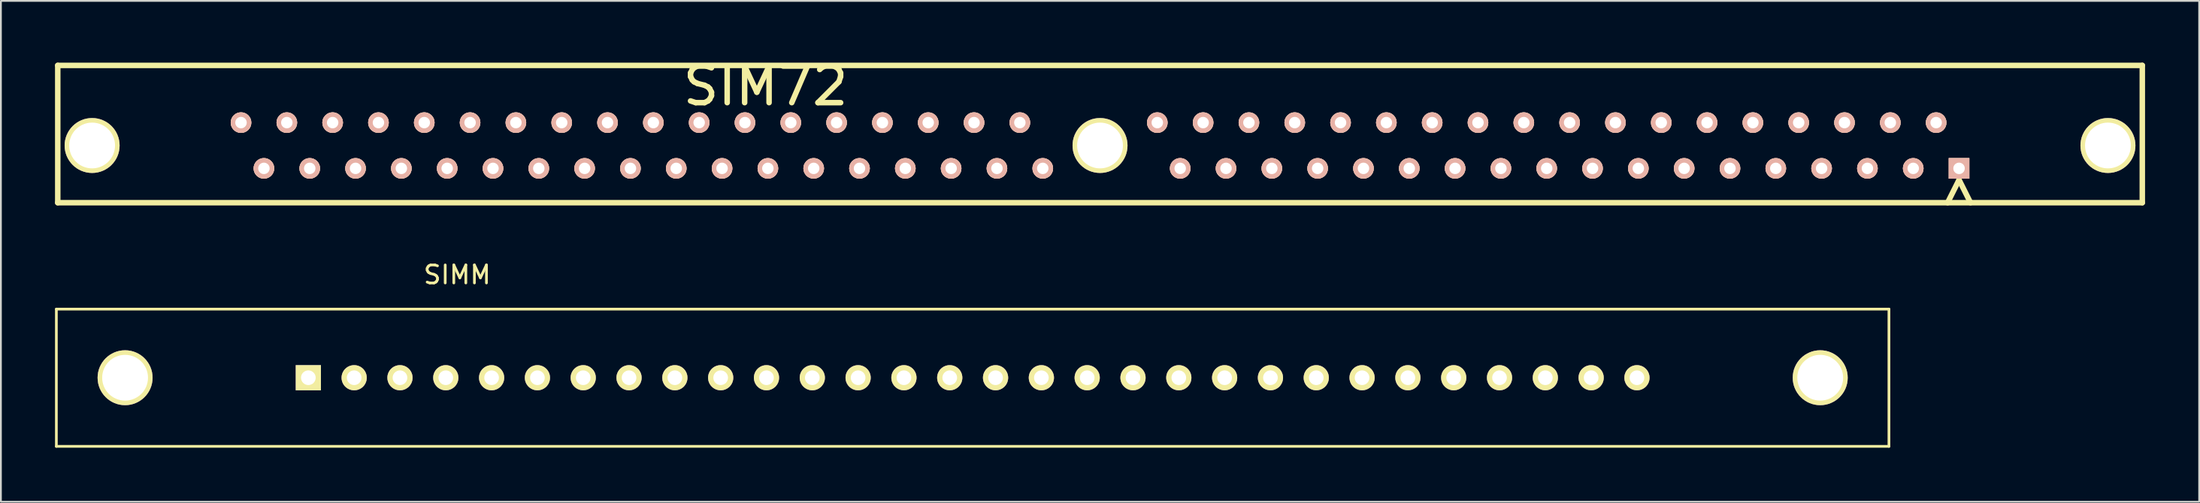
<source format=kicad_pcb>
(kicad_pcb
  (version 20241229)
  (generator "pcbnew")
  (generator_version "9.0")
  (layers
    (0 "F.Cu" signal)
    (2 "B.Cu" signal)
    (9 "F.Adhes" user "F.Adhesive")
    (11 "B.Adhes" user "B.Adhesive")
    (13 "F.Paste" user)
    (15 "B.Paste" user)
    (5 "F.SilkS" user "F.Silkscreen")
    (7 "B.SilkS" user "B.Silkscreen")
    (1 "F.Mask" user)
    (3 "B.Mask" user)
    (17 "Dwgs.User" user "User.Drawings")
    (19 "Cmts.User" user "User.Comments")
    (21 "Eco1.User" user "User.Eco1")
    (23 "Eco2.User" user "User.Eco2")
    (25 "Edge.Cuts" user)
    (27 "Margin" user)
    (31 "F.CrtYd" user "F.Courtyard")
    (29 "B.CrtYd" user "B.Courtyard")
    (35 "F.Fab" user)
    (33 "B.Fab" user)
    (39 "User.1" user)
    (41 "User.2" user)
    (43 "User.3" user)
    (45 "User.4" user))
  (footprint "SIMM"
    (layer "F.Cu")
    (at 50.875 17.916)
    (property "Reference" "SIMM" (at -28.575 -5.715 0) (layer "F.SilkS") (effects (font (size 1 1) (thickness 0.15))))
    (attr through_hole)
    (fp_line (start -50.8 -3.81) (end 50.8 -3.81) (stroke (width 0.15) (type solid)) (layer "F.SilkS"))
    (fp_line (start -50.8 3.81) (end -50.8 -3.81) (stroke (width 0.15) (type solid)) (layer "F.SilkS"))
    (fp_line (start 50.8 -3.81) (end 50.8 3.81) (stroke (width 0.15) (type solid)) (layer "F.SilkS"))
    (fp_line (start 50.8 3.81) (end -50.8 3.81) (stroke (width 0.15) (type solid)) (layer "F.SilkS"))
    (pad "1" thru_hole rect (at -36.83 0) (size 1.397 1.397) (drill 0.813) (layers "*.Cu" "*.Mask" "F.SilkS"))
    (pad "2" thru_hole circle (at -34.29 0) (size 1.397 1.397) (drill 0.813) (layers "*.Cu" "*.Mask" "F.SilkS"))
    (pad "3" thru_hole circle (at -31.75 0) (size 1.397 1.397) (drill 0.813) (layers "*.Cu" "*.Mask" "F.SilkS"))
    (pad "4" thru_hole circle (at -29.21 0) (size 1.397 1.397) (drill 0.813) (layers "*.Cu" "*.Mask" "F.SilkS"))
    (pad "5" thru_hole circle (at -26.67 0) (size 1.397 1.397) (drill 0.813) (layers "*.Cu" "*.Mask" "F.SilkS"))
    (pad "6" thru_hole circle (at -24.13 0) (size 1.397 1.397) (drill 0.813) (layers "*.Cu" "*.Mask" "F.SilkS"))
    (pad "7" thru_hole circle (at -21.59 0) (size 1.397 1.397) (drill 0.813) (layers "*.Cu" "*.Mask" "F.SilkS"))
    (pad "8" thru_hole circle (at -19.05 0) (size 1.397 1.397) (drill 0.813) (layers "*.Cu" "*.Mask" "F.SilkS"))
    (pad "9" thru_hole circle (at -16.51 0) (size 1.397 1.397) (drill 0.813) (layers "*.Cu" "*.Mask" "F.SilkS"))
    (pad "10" thru_hole circle (at -13.97 0) (size 1.397 1.397) (drill 0.813) (layers "*.Cu" "*.Mask" "F.SilkS"))
    (pad "11" thru_hole circle (at -11.43 0) (size 1.397 1.397) (drill 0.813) (layers "*.Cu" "*.Mask" "F.SilkS"))
    (pad "12" thru_hole circle (at -8.89 0) (size 1.397 1.397) (drill 0.813) (layers "*.Cu" "*.Mask" "F.SilkS"))
    (pad "13" thru_hole circle (at -6.35 0) (size 1.397 1.397) (drill 0.813) (layers "*.Cu" "*.Mask" "F.SilkS"))
    (pad "14" thru_hole circle (at -3.81 0) (size 1.397 1.397) (drill 0.813) (layers "*.Cu" "*.Mask" "F.SilkS"))
    (pad "15" thru_hole circle (at -1.27 0) (size 1.397 1.397) (drill 0.813) (layers "*.Cu" "*.Mask" "F.SilkS"))
    (pad "16" thru_hole circle (at 1.27 0) (size 1.397 1.397) (drill 0.813) (layers "*.Cu" "*.Mask" "F.SilkS"))
    (pad "17" thru_hole circle (at 3.81 0) (size 1.397 1.397) (drill 0.813) (layers "*.Cu" "*.Mask" "F.SilkS"))
    (pad "18" thru_hole circle (at 6.35 0) (size 1.397 1.397) (drill 0.813) (layers "*.Cu" "*.Mask" "F.SilkS"))
    (pad "19" thru_hole circle (at 8.89 0) (size 1.397 1.397) (drill 0.813) (layers "*.Cu" "*.Mask" "F.SilkS"))
    (pad "20" thru_hole circle (at 11.43 0) (size 1.397 1.397) (drill 0.813) (layers "*.Cu" "*.Mask" "F.SilkS"))
    (pad "21" thru_hole circle (at 13.97 0) (size 1.397 1.397) (drill 0.813) (layers "*.Cu" "*.Mask" "F.SilkS"))
    (pad "22" thru_hole circle (at 16.51 0) (size 1.397 1.397) (drill 0.813) (layers "*.Cu" "*.Mask" "F.SilkS"))
    (pad "23" thru_hole circle (at 19.05 0) (size 1.397 1.397) (drill 0.813) (layers "*.Cu" "*.Mask" "F.SilkS"))
    (pad "24" thru_hole circle (at 21.59 0) (size 1.397 1.397) (drill 0.813) (layers "*.Cu" "*.Mask" "F.SilkS"))
    (pad "25" thru_hole circle (at 24.13 0) (size 1.397 1.397) (drill 0.813) (layers "*.Cu" "*.Mask" "F.SilkS"))
    (pad "26" thru_hole circle (at 26.67 0) (size 1.397 1.397) (drill 0.813) (layers "*.Cu" "*.Mask" "F.SilkS"))
    (pad "27" thru_hole circle (at 29.21 0) (size 1.397 1.397) (drill 0.813) (layers "*.Cu" "*.Mask" "F.SilkS"))
    (pad "28" thru_hole circle (at 31.75 0) (size 1.397 1.397) (drill 0.813) (layers "*.Cu" "*.Mask" "F.SilkS"))
    (pad "29" thru_hole circle (at 34.29 0) (size 1.397 1.397) (drill 0.813) (layers "*.Cu" "*.Mask" "F.SilkS"))
    (pad "30" thru_hole circle (at 36.83 0) (size 1.397 1.397) (drill 0.813) (layers "*.Cu" "*.Mask" "F.SilkS"))
    (pad "31" thru_hole circle (at 46.99 0) (size 3.048 3.048) (drill 2.54) (layers "*.Cu" "*.Mask" "F.SilkS"))
    (pad "32" thru_hole circle (at -46.99 0) (size 3.048 3.048) (drill 2.54) (layers "*.Cu" "*.Mask" "F.SilkS")))
  (footprint "SIM72"
    (layer "F.Cu")
    (at 57.937 5.026)
    (property "Reference" "SIM72" (at -18.542 -3.302 0) (layer "F.SilkS") (effects (font (size 2.032 2.032) (thickness 0.305))))
    (attr through_hole)
    (fp_line (start -57.785 -4.445) (end -57.785 3.175) (stroke (width 0.305) (type solid)) (layer "F.SilkS"))
    (fp_line (start -57.785 3.175) (end 57.785 3.175) (stroke (width 0.305) (type solid)) (layer "F.SilkS"))
    (fp_line (start 46.99 3.175) (end 47.625 1.905) (stroke (width 0.305) (type solid)) (layer "F.SilkS"))
    (fp_line (start 47.625 1.905) (end 48.26 3.175) (stroke (width 0.305) (type solid)) (layer "F.SilkS"))
    (fp_line (start 57.785 -4.445) (end -57.785 -4.445) (stroke (width 0.305) (type solid)) (layer "F.SilkS"))
    (fp_line (start 57.785 3.175) (end 57.785 -4.445) (stroke (width 0.305) (type solid)) (layer "F.SilkS"))
    (pad "" thru_hole circle (at -55.88 0) (size 3.048 3.048) (drill 2.54) (layers "*.Cu" "*.Mask" "F.SilkS"))
    (pad "" thru_hole circle (at 0 0) (size 3.048 3.048) (drill 2.54) (layers "*.Cu" "*.Mask" "F.SilkS"))
    (pad "" thru_hole circle (at 55.88 0) (size 3.048 3.048) (drill 2.54) (layers "*.Cu" "*.Mask" "F.SilkS"))
    (pad "1" thru_hole rect (at 47.625 1.27) (size 1.143 1.143) (drill 0.635) (layers "*.Cu" "*.SilkS" "*.Mask"))
    (pad "2" thru_hole circle (at 46.355 -1.27) (size 1.143 1.143) (drill 0.635) (layers "*.Cu" "*.SilkS" "*.Mask"))
    (pad "3" thru_hole circle (at 45.085 1.27) (size 1.143 1.143) (drill 0.635) (layers "*.Cu" "*.SilkS" "*.Mask"))
    (pad "4" thru_hole circle (at 43.815 -1.27) (size 1.143 1.143) (drill 0.635) (layers "*.Cu" "*.SilkS" "*.Mask"))
    (pad "5" thru_hole circle (at 42.545 1.27) (size 1.143 1.143) (drill 0.635) (layers "*.Cu" "*.SilkS" "*.Mask"))
    (pad "6" thru_hole circle (at 41.275 -1.27) (size 1.143 1.143) (drill 0.635) (layers "*.Cu" "*.SilkS" "*.Mask"))
    (pad "7" thru_hole circle (at 40.005 1.27) (size 1.143 1.143) (drill 0.635) (layers "*.Cu" "*.SilkS" "*.Mask"))
    (pad "8" thru_hole circle (at 38.735 -1.27) (size 1.143 1.143) (drill 0.635) (layers "*.Cu" "*.SilkS" "*.Mask"))
    (pad "9" thru_hole circle (at 37.465 1.27) (size 1.143 1.143) (drill 0.635) (layers "*.Cu" "*.SilkS" "*.Mask"))
    (pad "10" thru_hole circle (at 36.195 -1.27) (size 1.143 1.143) (drill 0.635) (layers "*.Cu" "*.SilkS" "*.Mask"))
    (pad "11" thru_hole circle (at 34.925 1.27) (size 1.143 1.143) (drill 0.635) (layers "*.Cu" "*.SilkS" "*.Mask"))
    (pad "12" thru_hole circle (at 33.655 -1.27) (size 1.143 1.143) (drill 0.635) (layers "*.Cu" "*.SilkS" "*.Mask"))
    (pad "13" thru_hole circle (at 32.385 1.27) (size 1.143 1.143) (drill 0.635) (layers "*.Cu" "*.SilkS" "*.Mask"))
    (pad "14" thru_hole circle (at 31.115 -1.27) (size 1.143 1.143) (drill 0.635) (layers "*.Cu" "*.SilkS" "*.Mask"))
    (pad "15" thru_hole circle (at 29.845 1.27) (size 1.143 1.143) (drill 0.635) (layers "*.Cu" "*.SilkS" "*.Mask"))
    (pad "16" thru_hole circle (at 28.575 -1.27) (size 1.143 1.143) (drill 0.635) (layers "*.Cu" "*.SilkS" "*.Mask"))
    (pad "17" thru_hole circle (at 27.305 1.27) (size 1.143 1.143) (drill 0.635) (layers "*.Cu" "*.SilkS" "*.Mask"))
    (pad "18" thru_hole circle (at 26.035 -1.27) (size 1.143 1.143) (drill 0.635) (layers "*.Cu" "*.SilkS" "*.Mask"))
    (pad "19" thru_hole circle (at 24.765 1.27) (size 1.143 1.143) (drill 0.635) (layers "*.Cu" "*.SilkS" "*.Mask"))
    (pad "20" thru_hole circle (at 23.495 -1.27) (size 1.143 1.143) (drill 0.635) (layers "*.Cu" "*.SilkS" "*.Mask"))
    (pad "21" thru_hole circle (at 22.225 1.27) (size 1.143 1.143) (drill 0.635) (layers "*.Cu" "*.SilkS" "*.Mask"))
    (pad "22" thru_hole circle (at 20.955 -1.27) (size 1.143 1.143) (drill 0.635) (layers "*.Cu" "*.SilkS" "*.Mask"))
    (pad "23" thru_hole circle (at 19.685 1.27) (size 1.143 1.143) (drill 0.635) (layers "*.Cu" "*.SilkS" "*.Mask"))
    (pad "24" thru_hole circle (at 18.415 -1.27) (size 1.143 1.143) (drill 0.635) (layers "*.Cu" "*.SilkS" "*.Mask"))
    (pad "25" thru_hole circle (at 17.145 1.27) (size 1.143 1.143) (drill 0.635) (layers "*.Cu" "*.SilkS" "*.Mask"))
    (pad "26" thru_hole circle (at 15.875 -1.27) (size 1.143 1.143) (drill 0.635) (layers "*.Cu" "*.SilkS" "*.Mask"))
    (pad "27" thru_hole circle (at 14.605 1.27) (size 1.143 1.143) (drill 0.635) (layers "*.Cu" "*.SilkS" "*.Mask"))
    (pad "28" thru_hole circle (at 13.335 -1.27) (size 1.143 1.143) (drill 0.635) (layers "*.Cu" "*.SilkS" "*.Mask"))
    (pad "29" thru_hole circle (at 12.065 1.27) (size 1.143 1.143) (drill 0.635) (layers "*.Cu" "*.SilkS" "*.Mask"))
    (pad "30" thru_hole circle (at 10.795 -1.27) (size 1.143 1.143) (drill 0.635) (layers "*.Cu" "*.SilkS" "*.Mask"))
    (pad "31" thru_hole circle (at 9.525 1.27) (size 1.143 1.143) (drill 0.635) (layers "*.Cu" "*.SilkS" "*.Mask"))
    (pad "32" thru_hole circle (at 8.255 -1.27) (size 1.143 1.143) (drill 0.635) (layers "*.Cu" "*.SilkS" "*.Mask"))
    (pad "33" thru_hole circle (at 6.985 1.27) (size 1.143 1.143) (drill 0.635) (layers "*.Cu" "*.SilkS" "*.Mask"))
    (pad "34" thru_hole circle (at 5.715 -1.27) (size 1.143 1.143) (drill 0.635) (layers "*.Cu" "*.SilkS" "*.Mask"))
    (pad "35" thru_hole circle (at 4.445 1.27) (size 1.143 1.143) (drill 0.635) (layers "*.Cu" "*.SilkS" "*.Mask"))
    (pad "36" thru_hole circle (at 3.175 -1.27) (size 1.143 1.143) (drill 0.635) (layers "*.Cu" "*.SilkS" "*.Mask"))
    (pad "37" thru_hole circle (at -3.175 1.27) (size 1.143 1.143) (drill 0.635) (layers "*.Cu" "*.SilkS" "*.Mask"))
    (pad "38" thru_hole circle (at -4.445 -1.27) (size 1.143 1.143) (drill 0.635) (layers "*.Cu" "*.SilkS" "*.Mask"))
    (pad "39" thru_hole circle (at -5.715 1.27) (size 1.143 1.143) (drill 0.635) (layers "*.Cu" "*.SilkS" "*.Mask"))
    (pad "40" thru_hole circle (at -6.985 -1.27) (size 1.143 1.143) (drill 0.635) (layers "*.Cu" "*.SilkS" "*.Mask"))
    (pad "41" thru_hole circle (at -8.255 1.27) (size 1.143 1.143) (drill 0.635) (layers "*.Cu" "*.SilkS" "*.Mask"))
    (pad "42" thru_hole circle (at -9.525 -1.27) (size 1.143 1.143) (drill 0.635) (layers "*.Cu" "*.SilkS" "*.Mask"))
    (pad "43" thru_hole circle (at -10.795 1.27) (size 1.143 1.143) (drill 0.635) (layers "*.Cu" "*.SilkS" "*.Mask"))
    (pad "44" thru_hole circle (at -12.065 -1.27) (size 1.143 1.143) (drill 0.635) (layers "*.Cu" "*.SilkS" "*.Mask"))
    (pad "45" thru_hole circle (at -13.335 1.27) (size 1.143 1.143) (drill 0.635) (layers "*.Cu" "*.SilkS" "*.Mask"))
    (pad "46" thru_hole circle (at -14.605 -1.27) (size 1.143 1.143) (drill 0.635) (layers "*.Cu" "*.SilkS" "*.Mask"))
    (pad "47" thru_hole circle (at -15.875 1.27) (size 1.143 1.143) (drill 0.635) (layers "*.Cu" "*.SilkS" "*.Mask"))
    (pad "48" thru_hole circle (at -17.145 -1.27) (size 1.143 1.143) (drill 0.635) (layers "*.Cu" "*.SilkS" "*.Mask"))
    (pad "49" thru_hole circle (at -18.415 1.27) (size 1.143 1.143) (drill 0.635) (layers "*.Cu" "*.SilkS" "*.Mask"))
    (pad "50" thru_hole circle (at -19.685 -1.27) (size 1.143 1.143) (drill 0.635) (layers "*.Cu" "*.SilkS" "*.Mask"))
    (pad "51" thru_hole circle (at -20.955 1.27) (size 1.143 1.143) (drill 0.635) (layers "*.Cu" "*.SilkS" "*.Mask"))
    (pad "52" thru_hole circle (at -22.225 -1.27) (size 1.143 1.143) (drill 0.635) (layers "*.Cu" "*.SilkS" "*.Mask"))
    (pad "53" thru_hole circle (at -23.495 1.27) (size 1.143 1.143) (drill 0.635) (layers "*.Cu" "*.SilkS" "*.Mask"))
    (pad "54" thru_hole circle (at -24.765 -1.27) (size 1.143 1.143) (drill 0.635) (layers "*.Cu" "*.SilkS" "*.Mask"))
    (pad "55" thru_hole circle (at -26.035 1.27) (size 1.143 1.143) (drill 0.635) (layers "*.Cu" "*.SilkS" "*.Mask"))
    (pad "56" thru_hole circle (at -27.305 -1.27) (size 1.143 1.143) (drill 0.635) (layers "*.Cu" "*.SilkS" "*.Mask"))
    (pad "57" thru_hole circle (at -28.575 1.27) (size 1.143 1.143) (drill 0.635) (layers "*.Cu" "*.SilkS" "*.Mask"))
    (pad "58" thru_hole circle (at -29.845 -1.27) (size 1.143 1.143) (drill 0.635) (layers "*.Cu" "*.SilkS" "*.Mask"))
    (pad "59" thru_hole circle (at -31.115 1.27) (size 1.143 1.143) (drill 0.635) (layers "*.Cu" "*.SilkS" "*.Mask"))
    (pad "60" thru_hole circle (at -32.385 -1.27) (size 1.143 1.143) (drill 0.635) (layers "*.Cu" "*.SilkS" "*.Mask"))
    (pad "61" thru_hole circle (at -33.655 1.27) (size 1.143 1.143) (drill 0.635) (layers "*.Cu" "*.SilkS" "*.Mask"))
    (pad "62" thru_hole circle (at -34.925 -1.27) (size 1.143 1.143) (drill 0.635) (layers "*.Cu" "*.SilkS" "*.Mask"))
    (pad "63" thru_hole circle (at -36.195 1.27) (size 1.143 1.143) (drill 0.635) (layers "*.Cu" "*.SilkS" "*.Mask"))
    (pad "64" thru_hole circle (at -37.465 -1.27) (size 1.143 1.143) (drill 0.635) (layers "*.Cu" "*.SilkS" "*.Mask"))
    (pad "65" thru_hole circle (at -38.735 1.27) (size 1.143 1.143) (drill 0.635) (layers "*.Cu" "*.SilkS" "*.Mask"))
    (pad "66" thru_hole circle (at -40.005 -1.27) (size 1.143 1.143) (drill 0.635) (layers "*.Cu" "*.SilkS" "*.Mask"))
    (pad "67" thru_hole circle (at -41.275 1.27) (size 1.143 1.143) (drill 0.635) (layers "*.Cu" "*.SilkS" "*.Mask"))
    (pad "68" thru_hole circle (at -42.545 -1.27) (size 1.143 1.143) (drill 0.635) (layers "*.Cu" "*.SilkS" "*.Mask"))
    (pad "69" thru_hole circle (at -43.815 1.27) (size 1.143 1.143) (drill 0.635) (layers "*.Cu" "*.SilkS" "*.Mask"))
    (pad "70" thru_hole circle (at -45.085 -1.27) (size 1.143 1.143) (drill 0.635) (layers "*.Cu" "*.SilkS" "*.Mask"))
    (pad "71" thru_hole circle (at -46.355 1.27) (size 1.143 1.143) (drill 0.635) (layers "*.Cu" "*.SilkS" "*.Mask"))
    (pad "72" thru_hole circle (at -47.625 -1.27) (size 1.143 1.143) (drill 0.635) (layers "*.Cu" "*.SilkS" "*.Mask")))
  (gr_rect
    (start -3 -3)
    (end 118.875 24.801)
    (stroke (width 0.1) (type default))
    (fill no)
    (layer "Edge.Cuts")))
</source>
